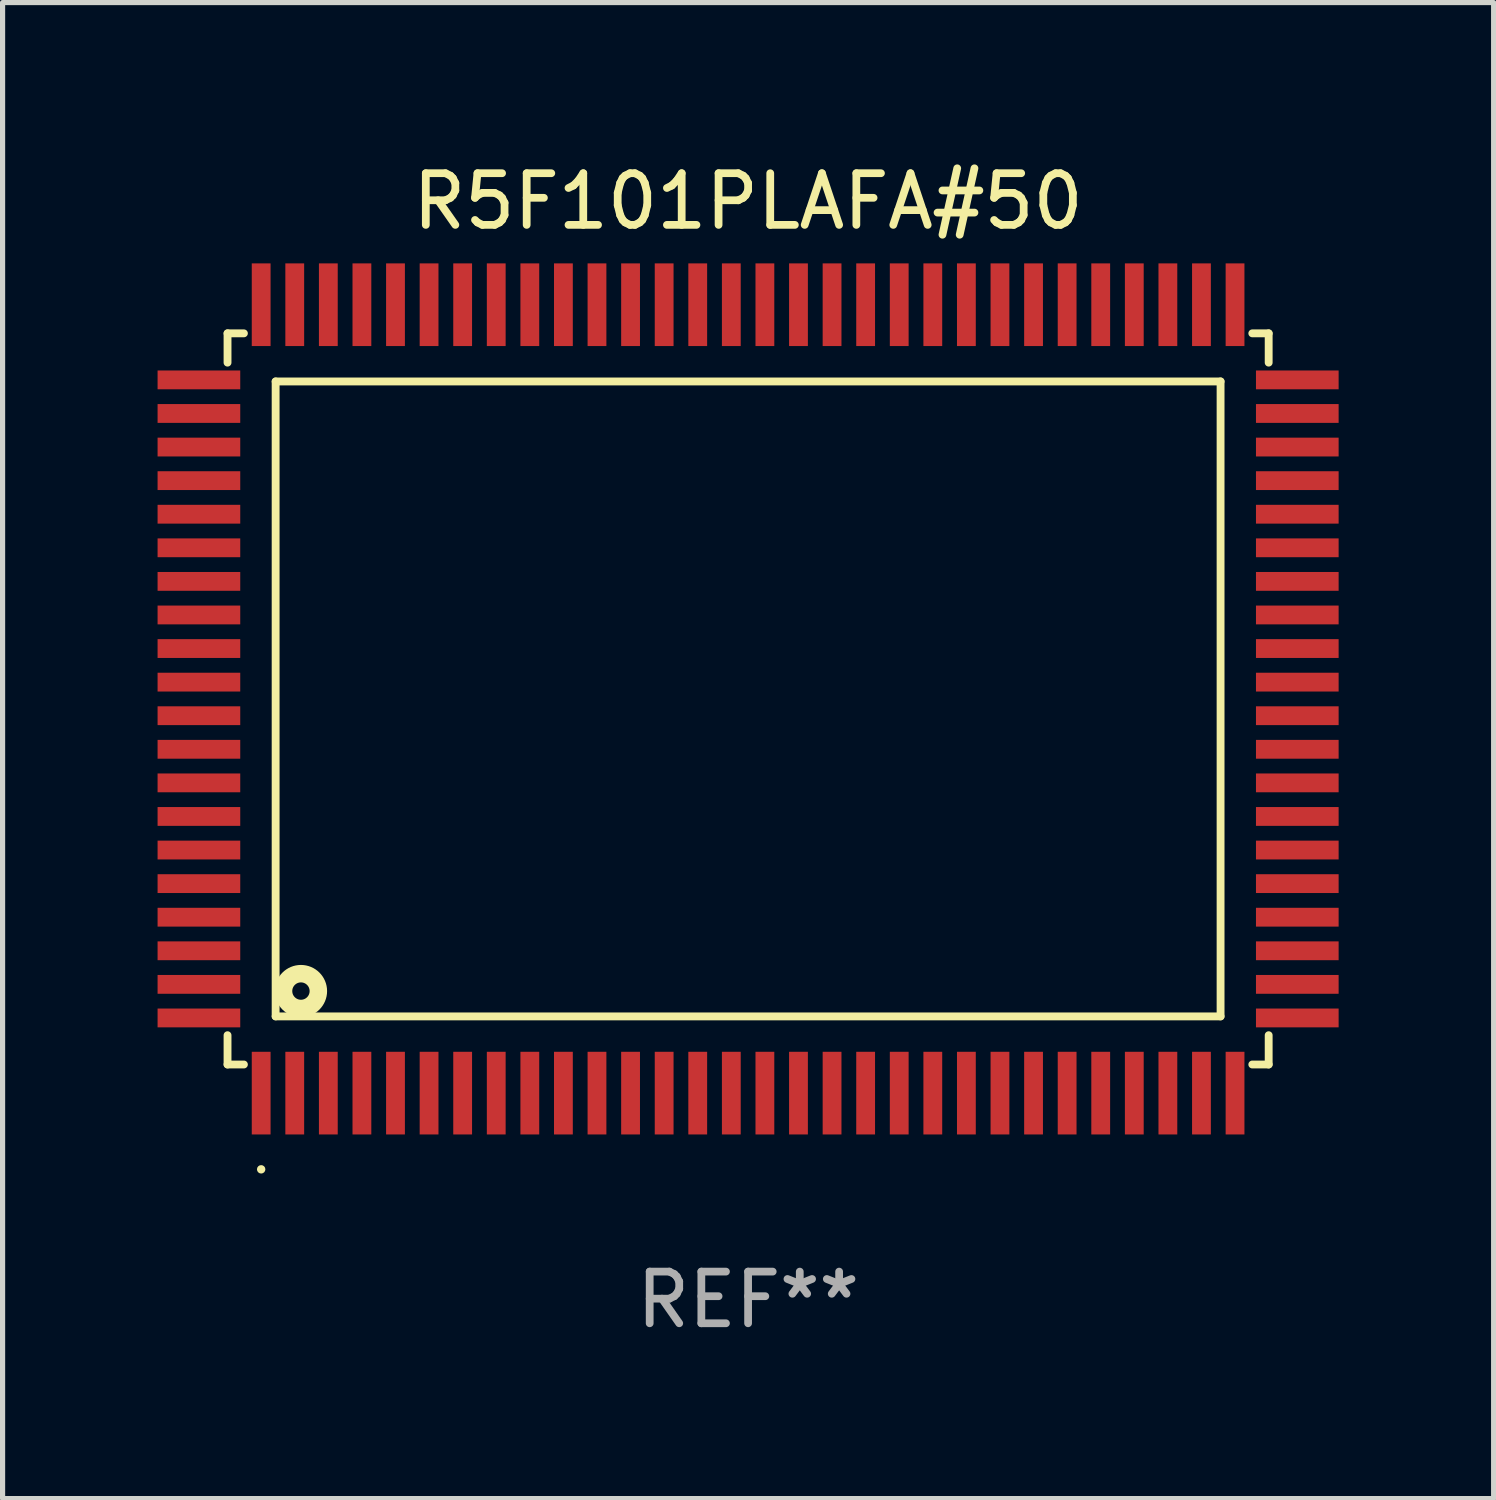
<source format=kicad_pcb>
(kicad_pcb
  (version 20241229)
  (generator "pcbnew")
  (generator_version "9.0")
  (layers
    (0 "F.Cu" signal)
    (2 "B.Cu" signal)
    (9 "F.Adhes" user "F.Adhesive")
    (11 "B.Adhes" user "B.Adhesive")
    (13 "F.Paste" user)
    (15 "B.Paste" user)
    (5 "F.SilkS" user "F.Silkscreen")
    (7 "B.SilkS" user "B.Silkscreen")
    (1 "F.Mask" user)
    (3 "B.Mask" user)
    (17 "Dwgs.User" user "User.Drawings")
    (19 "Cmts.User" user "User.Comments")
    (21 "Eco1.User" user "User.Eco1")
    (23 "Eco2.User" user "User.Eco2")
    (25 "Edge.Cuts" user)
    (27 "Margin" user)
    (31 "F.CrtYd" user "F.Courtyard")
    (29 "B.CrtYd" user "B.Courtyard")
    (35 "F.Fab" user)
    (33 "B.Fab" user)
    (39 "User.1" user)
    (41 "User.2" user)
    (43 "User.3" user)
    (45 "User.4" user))
  (footprint "R5F101PLAFA#50"
    (layer "F.Cu")
    (at 11.43 10.478)
    (property "Reference" "R5F101PLAFA#50" (at 0 -9.63 0) (layer "F.SilkS") (effects (font (size 1 1) (thickness 0.15))))
    (attr through_hole)
    (fp_line (start -10.076 -7.076) (end -10.076 -6.509) (stroke (width 0.152) (type solid)) (layer "F.SilkS"))
    (fp_line (start -10.076 7.076) (end -10.076 6.509) (stroke (width 0.152) (type solid)) (layer "F.SilkS"))
    (fp_line (start -9.759 -7.076) (end -10.076 -7.076) (stroke (width 0.152) (type solid)) (layer "F.SilkS"))
    (fp_line (start -9.759 7.076) (end -10.076 7.076) (stroke (width 0.152) (type solid)) (layer "F.SilkS"))
    (fp_line (start -9.145 -6.145) (end 9.145 -6.145) (stroke (width 0.152) (type solid)) (layer "F.SilkS"))
    (fp_line (start -9.145 6.145) (end -9.145 -6.145) (stroke (width 0.152) (type solid)) (layer "F.SilkS"))
    (fp_line (start 9.145 -6.145) (end 9.145 6.145) (stroke (width 0.152) (type solid)) (layer "F.SilkS"))
    (fp_line (start 9.145 6.145) (end -9.145 6.145) (stroke (width 0.152) (type solid)) (layer "F.SilkS"))
    (fp_line (start 9.759 -7.076) (end 10.076 -7.076) (stroke (width 0.152) (type solid)) (layer "F.SilkS"))
    (fp_line (start 9.759 7.076) (end 10.076 7.076) (stroke (width 0.152) (type solid)) (layer "F.SilkS"))
    (fp_line (start 10.076 -7.076) (end 10.076 -6.509) (stroke (width 0.152) (type solid)) (layer "F.SilkS"))
    (fp_line (start 10.076 7.076) (end 10.076 6.509) (stroke (width 0.152) (type solid)) (layer "F.SilkS"))
    (fp_circle (center -9.425 9.105) (end -9.384 9.105) (stroke (width 0.081) (type solid)) (fill no) (layer "F.SilkS"))
    (fp_circle (center -8.655 5.655) (end -8.487 5.655) (stroke (width 0.338) (type solid)) (fill no) (layer "F.SilkS"))
    (fp_text user "REF**" (at 0 11.63 0) (layer "F.Fab") (effects (font (size 1 1) (thickness 0.15))))
    (pad "1" smd rect (at -9.425 7.63) (size 0.364 1.6) (layers "F.Cu" "F.Mask" "F.Paste"))
    (pad "2" smd rect (at -8.775 7.63) (size 0.364 1.6) (layers "F.Cu" "F.Mask" "F.Paste"))
    (pad "3" smd rect (at -8.125 7.63) (size 0.364 1.6) (layers "F.Cu" "F.Mask" "F.Paste"))
    (pad "4" smd rect (at -7.475 7.63) (size 0.364 1.6) (layers "F.Cu" "F.Mask" "F.Paste"))
    (pad "5" smd rect (at -6.825 7.63) (size 0.364 1.6) (layers "F.Cu" "F.Mask" "F.Paste"))
    (pad "6" smd rect (at -6.175 7.63) (size 0.364 1.6) (layers "F.Cu" "F.Mask" "F.Paste"))
    (pad "7" smd rect (at -5.525 7.63) (size 0.364 1.6) (layers "F.Cu" "F.Mask" "F.Paste"))
    (pad "8" smd rect (at -4.875 7.63) (size 0.364 1.6) (layers "F.Cu" "F.Mask" "F.Paste"))
    (pad "9" smd rect (at -4.225 7.63) (size 0.364 1.6) (layers "F.Cu" "F.Mask" "F.Paste"))
    (pad "10" smd rect (at -3.575 7.63) (size 0.364 1.6) (layers "F.Cu" "F.Mask" "F.Paste"))
    (pad "11" smd rect (at -2.925 7.63) (size 0.364 1.6) (layers "F.Cu" "F.Mask" "F.Paste"))
    (pad "12" smd rect (at -2.275 7.63) (size 0.364 1.6) (layers "F.Cu" "F.Mask" "F.Paste"))
    (pad "13" smd rect (at -1.625 7.63) (size 0.364 1.6) (layers "F.Cu" "F.Mask" "F.Paste"))
    (pad "14" smd rect (at -0.975 7.63) (size 0.364 1.6) (layers "F.Cu" "F.Mask" "F.Paste"))
    (pad "15" smd rect (at -0.325 7.63) (size 0.364 1.6) (layers "F.Cu" "F.Mask" "F.Paste"))
    (pad "16" smd rect (at 0.325 7.63) (size 0.364 1.6) (layers "F.Cu" "F.Mask" "F.Paste"))
    (pad "17" smd rect (at 0.975 7.63) (size 0.364 1.6) (layers "F.Cu" "F.Mask" "F.Paste"))
    (pad "18" smd rect (at 1.625 7.63) (size 0.364 1.6) (layers "F.Cu" "F.Mask" "F.Paste"))
    (pad "19" smd rect (at 2.275 7.63) (size 0.364 1.6) (layers "F.Cu" "F.Mask" "F.Paste"))
    (pad "20" smd rect (at 2.925 7.63) (size 0.364 1.6) (layers "F.Cu" "F.Mask" "F.Paste"))
    (pad "21" smd rect (at 3.575 7.63) (size 0.364 1.6) (layers "F.Cu" "F.Mask" "F.Paste"))
    (pad "22" smd rect (at 4.225 7.63) (size 0.364 1.6) (layers "F.Cu" "F.Mask" "F.Paste"))
    (pad "23" smd rect (at 4.875 7.63) (size 0.364 1.6) (layers "F.Cu" "F.Mask" "F.Paste"))
    (pad "24" smd rect (at 5.525 7.63) (size 0.364 1.6) (layers "F.Cu" "F.Mask" "F.Paste"))
    (pad "25" smd rect (at 6.175 7.63) (size 0.364 1.6) (layers "F.Cu" "F.Mask" "F.Paste"))
    (pad "26" smd rect (at 6.825 7.63) (size 0.364 1.6) (layers "F.Cu" "F.Mask" "F.Paste"))
    (pad "27" smd rect (at 7.475 7.63) (size 0.364 1.6) (layers "F.Cu" "F.Mask" "F.Paste"))
    (pad "28" smd rect (at 8.125 7.63) (size 0.364 1.6) (layers "F.Cu" "F.Mask" "F.Paste"))
    (pad "29" smd rect (at 8.775 7.63) (size 0.364 1.6) (layers "F.Cu" "F.Mask" "F.Paste"))
    (pad "30" smd rect (at 9.425 7.63) (size 0.364 1.6) (layers "F.Cu" "F.Mask" "F.Paste"))
    (pad "31" smd rect (at 10.63 6.175) (size 1.6 0.364) (layers "F.Cu" "F.Mask" "F.Paste"))
    (pad "32" smd rect (at 10.63 5.525) (size 1.6 0.364) (layers "F.Cu" "F.Mask" "F.Paste"))
    (pad "33" smd rect (at 10.63 4.875) (size 1.6 0.364) (layers "F.Cu" "F.Mask" "F.Paste"))
    (pad "34" smd rect (at 10.63 4.225) (size 1.6 0.364) (layers "F.Cu" "F.Mask" "F.Paste"))
    (pad "35" smd rect (at 10.63 3.575) (size 1.6 0.364) (layers "F.Cu" "F.Mask" "F.Paste"))
    (pad "36" smd rect (at 10.63 2.925) (size 1.6 0.364) (layers "F.Cu" "F.Mask" "F.Paste"))
    (pad "37" smd rect (at 10.63 2.275) (size 1.6 0.364) (layers "F.Cu" "F.Mask" "F.Paste"))
    (pad "38" smd rect (at 10.63 1.625) (size 1.6 0.364) (layers "F.Cu" "F.Mask" "F.Paste"))
    (pad "39" smd rect (at 10.63 0.975) (size 1.6 0.364) (layers "F.Cu" "F.Mask" "F.Paste"))
    (pad "40" smd rect (at 10.63 0.325) (size 1.6 0.364) (layers "F.Cu" "F.Mask" "F.Paste"))
    (pad "41" smd rect (at 10.63 -0.325) (size 1.6 0.364) (layers "F.Cu" "F.Mask" "F.Paste"))
    (pad "42" smd rect (at 10.63 -0.975) (size 1.6 0.364) (layers "F.Cu" "F.Mask" "F.Paste"))
    (pad "43" smd rect (at 10.63 -1.625) (size 1.6 0.364) (layers "F.Cu" "F.Mask" "F.Paste"))
    (pad "44" smd rect (at 10.63 -2.275) (size 1.6 0.364) (layers "F.Cu" "F.Mask" "F.Paste"))
    (pad "45" smd rect (at 10.63 -2.925) (size 1.6 0.364) (layers "F.Cu" "F.Mask" "F.Paste"))
    (pad "46" smd rect (at 10.63 -3.575) (size 1.6 0.364) (layers "F.Cu" "F.Mask" "F.Paste"))
    (pad "47" smd rect (at 10.63 -4.225) (size 1.6 0.364) (layers "F.Cu" "F.Mask" "F.Paste"))
    (pad "48" smd rect (at 10.63 -4.875) (size 1.6 0.364) (layers "F.Cu" "F.Mask" "F.Paste"))
    (pad "49" smd rect (at 10.63 -5.525) (size 1.6 0.364) (layers "F.Cu" "F.Mask" "F.Paste"))
    (pad "50" smd rect (at 10.63 -6.175) (size 1.6 0.364) (layers "F.Cu" "F.Mask" "F.Paste"))
    (pad "51" smd rect (at 9.425 -7.63) (size 0.364 1.6) (layers "F.Cu" "F.Mask" "F.Paste"))
    (pad "52" smd rect (at 8.775 -7.63) (size 0.364 1.6) (layers "F.Cu" "F.Mask" "F.Paste"))
    (pad "53" smd rect (at 8.125 -7.63) (size 0.364 1.6) (layers "F.Cu" "F.Mask" "F.Paste"))
    (pad "54" smd rect (at 7.475 -7.63) (size 0.364 1.6) (layers "F.Cu" "F.Mask" "F.Paste"))
    (pad "55" smd rect (at 6.825 -7.63) (size 0.364 1.6) (layers "F.Cu" "F.Mask" "F.Paste"))
    (pad "56" smd rect (at 6.175 -7.63) (size 0.364 1.6) (layers "F.Cu" "F.Mask" "F.Paste"))
    (pad "57" smd rect (at 5.525 -7.63) (size 0.364 1.6) (layers "F.Cu" "F.Mask" "F.Paste"))
    (pad "58" smd rect (at 4.875 -7.63) (size 0.364 1.6) (layers "F.Cu" "F.Mask" "F.Paste"))
    (pad "59" smd rect (at 4.225 -7.63) (size 0.364 1.6) (layers "F.Cu" "F.Mask" "F.Paste"))
    (pad "60" smd rect (at 3.575 -7.63) (size 0.364 1.6) (layers "F.Cu" "F.Mask" "F.Paste"))
    (pad "61" smd rect (at 2.925 -7.63) (size 0.364 1.6) (layers "F.Cu" "F.Mask" "F.Paste"))
    (pad "62" smd rect (at 2.275 -7.63) (size 0.364 1.6) (layers "F.Cu" "F.Mask" "F.Paste"))
    (pad "63" smd rect (at 1.625 -7.63) (size 0.364 1.6) (layers "F.Cu" "F.Mask" "F.Paste"))
    (pad "64" smd rect (at 0.975 -7.63) (size 0.364 1.6) (layers "F.Cu" "F.Mask" "F.Paste"))
    (pad "65" smd rect (at 0.325 -7.63) (size 0.364 1.6) (layers "F.Cu" "F.Mask" "F.Paste"))
    (pad "66" smd rect (at -0.325 -7.63) (size 0.364 1.6) (layers "F.Cu" "F.Mask" "F.Paste"))
    (pad "67" smd rect (at -0.975 -7.63) (size 0.364 1.6) (layers "F.Cu" "F.Mask" "F.Paste"))
    (pad "68" smd rect (at -1.625 -7.63) (size 0.364 1.6) (layers "F.Cu" "F.Mask" "F.Paste"))
    (pad "69" smd rect (at -2.275 -7.63) (size 0.364 1.6) (layers "F.Cu" "F.Mask" "F.Paste"))
    (pad "70" smd rect (at -2.925 -7.63) (size 0.364 1.6) (layers "F.Cu" "F.Mask" "F.Paste"))
    (pad "71" smd rect (at -3.575 -7.63) (size 0.364 1.6) (layers "F.Cu" "F.Mask" "F.Paste"))
    (pad "72" smd rect (at -4.225 -7.63) (size 0.364 1.6) (layers "F.Cu" "F.Mask" "F.Paste"))
    (pad "73" smd rect (at -4.875 -7.63) (size 0.364 1.6) (layers "F.Cu" "F.Mask" "F.Paste"))
    (pad "74" smd rect (at -5.525 -7.63) (size 0.364 1.6) (layers "F.Cu" "F.Mask" "F.Paste"))
    (pad "75" smd rect (at -6.175 -7.63) (size 0.364 1.6) (layers "F.Cu" "F.Mask" "F.Paste"))
    (pad "76" smd rect (at -6.825 -7.63) (size 0.364 1.6) (layers "F.Cu" "F.Mask" "F.Paste"))
    (pad "77" smd rect (at -7.475 -7.63) (size 0.364 1.6) (layers "F.Cu" "F.Mask" "F.Paste"))
    (pad "78" smd rect (at -8.125 -7.63) (size 0.364 1.6) (layers "F.Cu" "F.Mask" "F.Paste"))
    (pad "79" smd rect (at -8.775 -7.63) (size 0.364 1.6) (layers "F.Cu" "F.Mask" "F.Paste"))
    (pad "80" smd rect (at -9.425 -7.63) (size 0.364 1.6) (layers "F.Cu" "F.Mask" "F.Paste"))
    (pad "81" smd rect (at -10.63 -6.175) (size 1.6 0.364) (layers "F.Cu" "F.Mask" "F.Paste"))
    (pad "82" smd rect (at -10.63 -5.525) (size 1.6 0.364) (layers "F.Cu" "F.Mask" "F.Paste"))
    (pad "83" smd rect (at -10.63 -4.875) (size 1.6 0.364) (layers "F.Cu" "F.Mask" "F.Paste"))
    (pad "84" smd rect (at -10.63 -4.225) (size 1.6 0.364) (layers "F.Cu" "F.Mask" "F.Paste"))
    (pad "85" smd rect (at -10.63 -3.575) (size 1.6 0.364) (layers "F.Cu" "F.Mask" "F.Paste"))
    (pad "86" smd rect (at -10.63 -2.925) (size 1.6 0.364) (layers "F.Cu" "F.Mask" "F.Paste"))
    (pad "87" smd rect (at -10.63 -2.275) (size 1.6 0.364) (layers "F.Cu" "F.Mask" "F.Paste"))
    (pad "88" smd rect (at -10.63 -1.625) (size 1.6 0.364) (layers "F.Cu" "F.Mask" "F.Paste"))
    (pad "89" smd rect (at -10.63 -0.975) (size 1.6 0.364) (layers "F.Cu" "F.Mask" "F.Paste"))
    (pad "90" smd rect (at -10.63 -0.325) (size 1.6 0.364) (layers "F.Cu" "F.Mask" "F.Paste"))
    (pad "91" smd rect (at -10.63 0.325) (size 1.6 0.364) (layers "F.Cu" "F.Mask" "F.Paste"))
    (pad "92" smd rect (at -10.63 0.975) (size 1.6 0.364) (layers "F.Cu" "F.Mask" "F.Paste"))
    (pad "93" smd rect (at -10.63 1.625) (size 1.6 0.364) (layers "F.Cu" "F.Mask" "F.Paste"))
    (pad "94" smd rect (at -10.63 2.275) (size 1.6 0.364) (layers "F.Cu" "F.Mask" "F.Paste"))
    (pad "95" smd rect (at -10.63 2.925) (size 1.6 0.364) (layers "F.Cu" "F.Mask" "F.Paste"))
    (pad "96" smd rect (at -10.63 3.575) (size 1.6 0.364) (layers "F.Cu" "F.Mask" "F.Paste"))
    (pad "97" smd rect (at -10.63 4.225) (size 1.6 0.364) (layers "F.Cu" "F.Mask" "F.Paste"))
    (pad "98" smd rect (at -10.63 4.875) (size 1.6 0.364) (layers "F.Cu" "F.Mask" "F.Paste"))
    (pad "99" smd rect (at -10.63 5.525) (size 1.6 0.364) (layers "F.Cu" "F.Mask" "F.Paste"))
    (pad "100" smd rect (at -10.63 6.175) (size 1.6 0.364) (layers "F.Cu" "F.Mask" "F.Paste")))
  (gr_rect
    (start -3 -3)
    (end 25.86 25.956)
    (stroke (width 0.1) (type default))
    (fill no)
    (layer "Edge.Cuts")))
</source>
